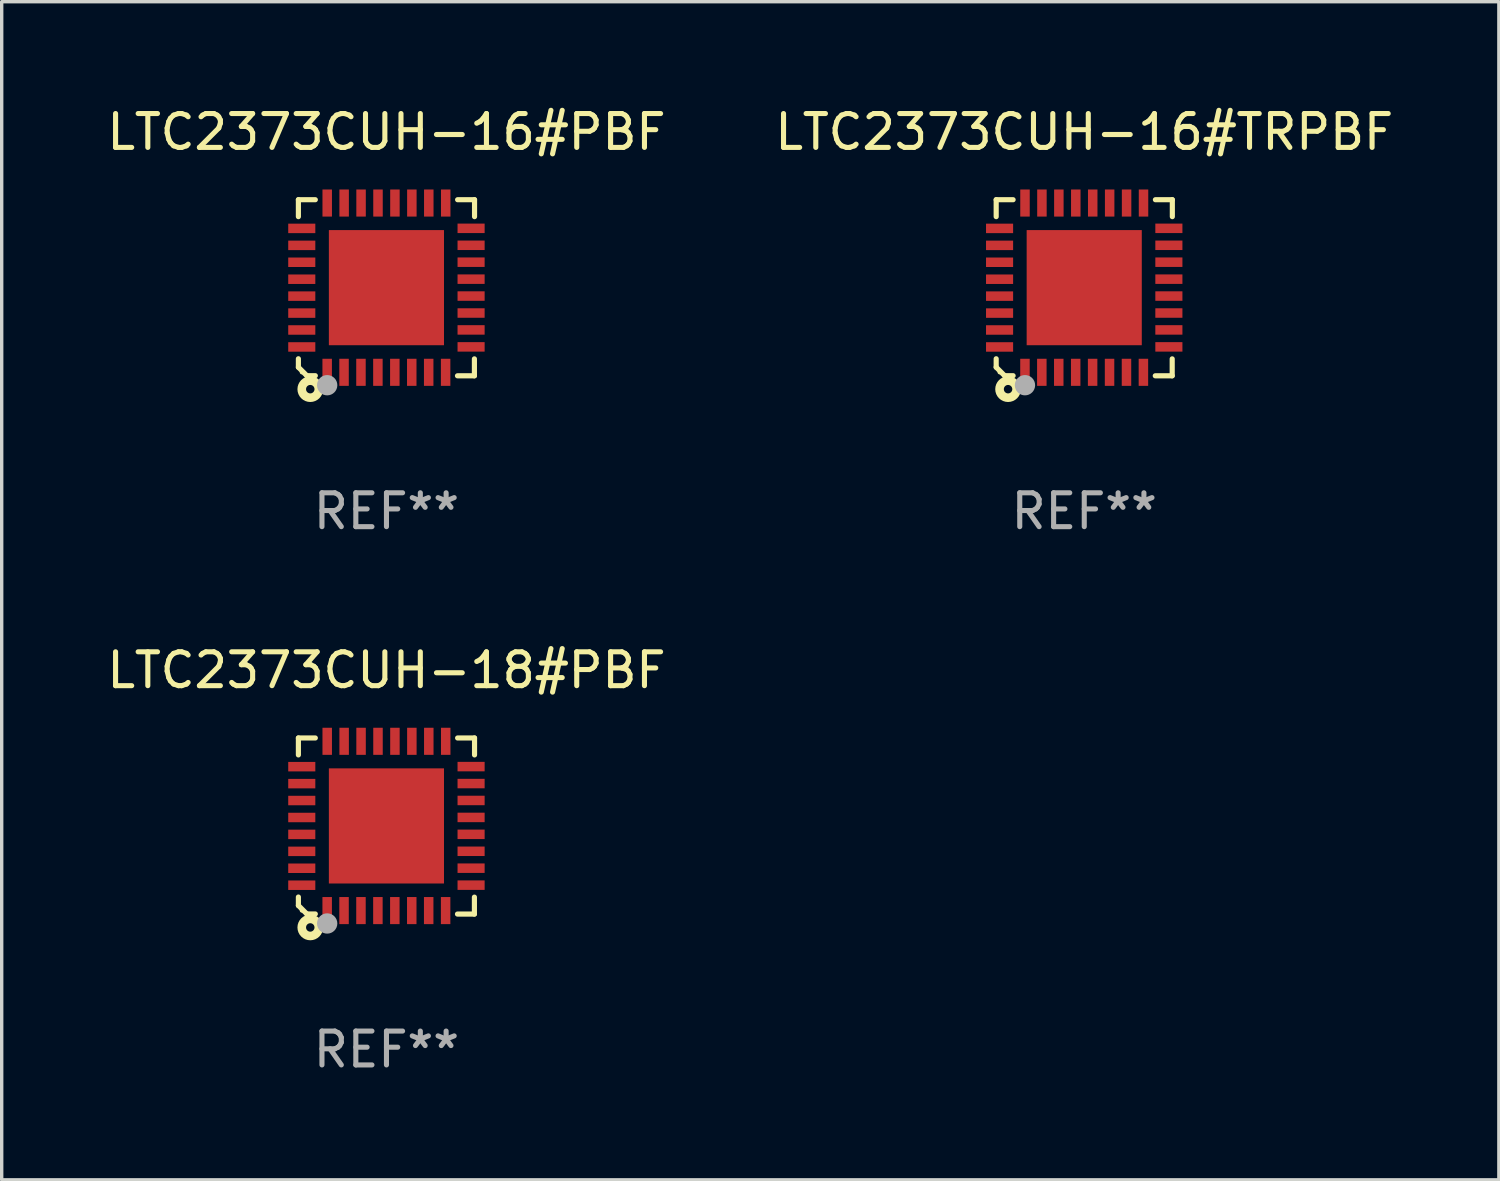
<source format=kicad_pcb>
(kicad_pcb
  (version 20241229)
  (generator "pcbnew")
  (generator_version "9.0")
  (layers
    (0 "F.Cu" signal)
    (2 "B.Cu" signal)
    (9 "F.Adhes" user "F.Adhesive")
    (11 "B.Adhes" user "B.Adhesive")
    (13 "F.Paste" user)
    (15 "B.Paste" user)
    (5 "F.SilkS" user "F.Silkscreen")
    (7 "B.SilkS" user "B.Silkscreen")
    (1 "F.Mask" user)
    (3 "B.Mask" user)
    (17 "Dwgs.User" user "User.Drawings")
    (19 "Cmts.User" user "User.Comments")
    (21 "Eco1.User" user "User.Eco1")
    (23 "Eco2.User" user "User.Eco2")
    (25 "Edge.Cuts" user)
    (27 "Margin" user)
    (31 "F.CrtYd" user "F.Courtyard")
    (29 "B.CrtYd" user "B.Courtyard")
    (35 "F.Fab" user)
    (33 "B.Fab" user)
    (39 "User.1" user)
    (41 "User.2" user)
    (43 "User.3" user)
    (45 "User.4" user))
  (footprint "LTC2373CUH-16#PBF"
    (layer "F.Cu")
    (at 8.363 5.448)
    (property "Reference" "LTC2373CUH-16#PBF" (at 0 -4.6 0) (layer "F.SilkS") (effects (font (size 1 1) (thickness 0.15))))
    (attr through_hole)
    (fp_line (start -2.601 2.097) (end -2.601 2.347) (stroke (width 0.152) (type solid)) (layer "F.SilkS"))
    (fp_line (start -2.601 2.347) (end -2.351 2.597) (stroke (width 0.152) (type solid)) (layer "F.SilkS"))
    (fp_line (start -2.601 -2.6) (end -2.601 -2.1) (stroke (width 0.152) (type solid)) (layer "F.SilkS"))
    (fp_line (start -2.601 -2.6) (end -2.101 -2.6) (stroke (width 0.152) (type solid)) (layer "F.SilkS"))
    (fp_line (start -2.351 2.597) (end -2.101 2.597) (stroke (width 0.152) (type solid)) (layer "F.SilkS"))
    (fp_line (start 2.597 2.6) (end 2.097 2.6) (stroke (width 0.152) (type solid)) (layer "F.SilkS"))
    (fp_line (start 2.597 2.6) (end 2.597 2.1) (stroke (width 0.152) (type solid)) (layer "F.SilkS"))
    (fp_line (start 2.601 -2.6) (end 2.101 -2.6) (stroke (width 0.152) (type solid)) (layer "F.SilkS"))
    (fp_line (start 2.601 -2.6) (end 2.601 -2.1) (stroke (width 0.152) (type solid)) (layer "F.SilkS"))
    (fp_circle (center -2.501 2.497) (end -2.471 2.497) (stroke (width 0.06) (type solid)) (fill no) (layer "F.SilkS"))
    (fp_circle (center -2.25 2.995) (end -2.125 2.995) (stroke (width 0.254) (type solid)) (fill no) (layer "F.SilkS"))
    (fp_circle (center -1.751 2.878) (end -1.601 2.878) (stroke (width 0.3) (type solid)) (fill no) (layer "F.Fab"))
    (fp_text user "REF**" (at 0 6.6 0) (layer "F.Fab") (effects (font (size 1 1) (thickness 0.15))))
    (pad "1" smd rect (at -1.751 2.497) (size 0.28 0.8) (layers "F.Cu" "F.Mask" "F.Paste"))
    (pad "2" smd rect (at -1.253 2.497) (size 0.28 0.8) (layers "F.Cu" "F.Mask" "F.Paste"))
    (pad "3" smd rect (at -0.753 2.497) (size 0.28 0.8) (layers "F.Cu" "F.Mask" "F.Paste"))
    (pad "4" smd rect (at -0.253 2.497) (size 0.28 0.8) (layers "F.Cu" "F.Mask" "F.Paste"))
    (pad "5" smd rect (at 0.247 2.497) (size 0.28 0.8) (layers "F.Cu" "F.Mask" "F.Paste"))
    (pad "6" smd rect (at 0.747 2.497) (size 0.28 0.8) (layers "F.Cu" "F.Mask" "F.Paste"))
    (pad "7" smd rect (at 1.247 2.497) (size 0.28 0.8) (layers "F.Cu" "F.Mask" "F.Paste"))
    (pad "8" smd rect (at 1.747 2.497) (size 0.28 0.8) (layers "F.Cu" "F.Mask" "F.Paste"))
    (pad "9" smd rect (at 2.499 1.746) (size 0.8 0.28) (layers "F.Cu" "F.Mask" "F.Paste"))
    (pad "10" smd rect (at 2.499 1.245) (size 0.8 0.28) (layers "F.Cu" "F.Mask" "F.Paste"))
    (pad "11" smd rect (at 2.499 0.746) (size 0.8 0.28) (layers "F.Cu" "F.Mask" "F.Paste"))
    (pad "12" smd rect (at 2.499 0.245) (size 0.8 0.28) (layers "F.Cu" "F.Mask" "F.Paste"))
    (pad "13" smd rect (at 2.499 -0.254) (size 0.8 0.28) (layers "F.Cu" "F.Mask" "F.Paste"))
    (pad "14" smd rect (at 2.499 -0.755) (size 0.8 0.28) (layers "F.Cu" "F.Mask" "F.Paste"))
    (pad "15" smd rect (at 2.499 -1.254) (size 0.8 0.28) (layers "F.Cu" "F.Mask" "F.Paste"))
    (pad "16" smd rect (at 2.499 -1.755) (size 0.8 0.28) (layers "F.Cu" "F.Mask" "F.Paste"))
    (pad "17" smd rect (at 1.75 -2.502) (size 0.28 0.8) (layers "F.Cu" "F.Mask" "F.Paste"))
    (pad "18" smd rect (at 1.25 -2.502) (size 0.28 0.8) (layers "F.Cu" "F.Mask" "F.Paste"))
    (pad "19" smd rect (at 0.75 -2.502) (size 0.28 0.8) (layers "F.Cu" "F.Mask" "F.Paste"))
    (pad "20" smd rect (at 0.25 -2.502) (size 0.28 0.8) (layers "F.Cu" "F.Mask" "F.Paste"))
    (pad "21" smd rect (at -0.25 -2.502) (size 0.28 0.8) (layers "F.Cu" "F.Mask" "F.Paste"))
    (pad "22" smd rect (at -0.75 -2.502) (size 0.28 0.8) (layers "F.Cu" "F.Mask" "F.Paste"))
    (pad "23" smd rect (at -1.25 -2.502) (size 0.28 0.8) (layers "F.Cu" "F.Mask" "F.Paste"))
    (pad "24" smd rect (at -1.75 -2.502) (size 0.28 0.8) (layers "F.Cu" "F.Mask" "F.Paste"))
    (pad "25" smd rect (at -2.501 -1.753) (size 0.8 0.28) (layers "F.Cu" "F.Mask" "F.Paste"))
    (pad "26" smd rect (at -2.501 -1.252) (size 0.8 0.28) (layers "F.Cu" "F.Mask" "F.Paste"))
    (pad "27" smd rect (at -2.501 -0.753) (size 0.8 0.28) (layers "F.Cu" "F.Mask" "F.Paste"))
    (pad "28" smd rect (at -2.501 -0.252) (size 0.8 0.28) (layers "F.Cu" "F.Mask" "F.Paste"))
    (pad "29" smd rect (at -2.501 0.247) (size 0.8 0.28) (layers "F.Cu" "F.Mask" "F.Paste"))
    (pad "30" smd rect (at -2.501 0.748) (size 0.8 0.28) (layers "F.Cu" "F.Mask" "F.Paste"))
    (pad "31" smd rect (at -2.501 1.247) (size 0.8 0.28) (layers "F.Cu" "F.Mask" "F.Paste"))
    (pad "32" smd rect (at -2.501 1.748) (size 0.8 0.28) (layers "F.Cu" "F.Mask" "F.Paste"))
    (pad "33" smd rect (at -0.001 -0.003 180) (size 3.4 3.4) (layers "F.Cu" "F.Mask" "F.Paste")))
  (footprint "LTC2373CUH-18#PBF"
    (layer "F.Cu")
    (at 8.363 21.344)
    (property "Reference" "LTC2373CUH-18#PBF" (at 0 -4.6 0) (layer "F.SilkS") (effects (font (size 1 1) (thickness 0.15))))
    (attr through_hole)
    (fp_line (start -2.601 2.097) (end -2.601 2.347) (stroke (width 0.152) (type solid)) (layer "F.SilkS"))
    (fp_line (start -2.601 2.347) (end -2.351 2.597) (stroke (width 0.152) (type solid)) (layer "F.SilkS"))
    (fp_line (start -2.601 -2.6) (end -2.601 -2.1) (stroke (width 0.152) (type solid)) (layer "F.SilkS"))
    (fp_line (start -2.601 -2.6) (end -2.101 -2.6) (stroke (width 0.152) (type solid)) (layer "F.SilkS"))
    (fp_line (start -2.351 2.597) (end -2.101 2.597) (stroke (width 0.152) (type solid)) (layer "F.SilkS"))
    (fp_line (start 2.597 2.6) (end 2.097 2.6) (stroke (width 0.152) (type solid)) (layer "F.SilkS"))
    (fp_line (start 2.597 2.6) (end 2.597 2.1) (stroke (width 0.152) (type solid)) (layer "F.SilkS"))
    (fp_line (start 2.601 -2.6) (end 2.101 -2.6) (stroke (width 0.152) (type solid)) (layer "F.SilkS"))
    (fp_line (start 2.601 -2.6) (end 2.601 -2.1) (stroke (width 0.152) (type solid)) (layer "F.SilkS"))
    (fp_circle (center -2.501 2.497) (end -2.471 2.497) (stroke (width 0.06) (type solid)) (fill no) (layer "F.SilkS"))
    (fp_circle (center -2.25 2.995) (end -2.125 2.995) (stroke (width 0.254) (type solid)) (fill no) (layer "F.SilkS"))
    (fp_circle (center -1.751 2.878) (end -1.601 2.878) (stroke (width 0.3) (type solid)) (fill no) (layer "F.Fab"))
    (fp_text user "REF**" (at 0 6.6 0) (layer "F.Fab") (effects (font (size 1 1) (thickness 0.15))))
    (pad "1" smd rect (at -1.751 2.497) (size 0.28 0.8) (layers "F.Cu" "F.Mask" "F.Paste"))
    (pad "2" smd rect (at -1.253 2.497) (size 0.28 0.8) (layers "F.Cu" "F.Mask" "F.Paste"))
    (pad "3" smd rect (at -0.753 2.497) (size 0.28 0.8) (layers "F.Cu" "F.Mask" "F.Paste"))
    (pad "4" smd rect (at -0.253 2.497) (size 0.28 0.8) (layers "F.Cu" "F.Mask" "F.Paste"))
    (pad "5" smd rect (at 0.247 2.497) (size 0.28 0.8) (layers "F.Cu" "F.Mask" "F.Paste"))
    (pad "6" smd rect (at 0.747 2.497) (size 0.28 0.8) (layers "F.Cu" "F.Mask" "F.Paste"))
    (pad "7" smd rect (at 1.247 2.497) (size 0.28 0.8) (layers "F.Cu" "F.Mask" "F.Paste"))
    (pad "8" smd rect (at 1.747 2.497) (size 0.28 0.8) (layers "F.Cu" "F.Mask" "F.Paste"))
    (pad "9" smd rect (at 2.499 1.746) (size 0.8 0.28) (layers "F.Cu" "F.Mask" "F.Paste"))
    (pad "10" smd rect (at 2.499 1.245) (size 0.8 0.28) (layers "F.Cu" "F.Mask" "F.Paste"))
    (pad "11" smd rect (at 2.499 0.746) (size 0.8 0.28) (layers "F.Cu" "F.Mask" "F.Paste"))
    (pad "12" smd rect (at 2.499 0.245) (size 0.8 0.28) (layers "F.Cu" "F.Mask" "F.Paste"))
    (pad "13" smd rect (at 2.499 -0.254) (size 0.8 0.28) (layers "F.Cu" "F.Mask" "F.Paste"))
    (pad "14" smd rect (at 2.499 -0.755) (size 0.8 0.28) (layers "F.Cu" "F.Mask" "F.Paste"))
    (pad "15" smd rect (at 2.499 -1.254) (size 0.8 0.28) (layers "F.Cu" "F.Mask" "F.Paste"))
    (pad "16" smd rect (at 2.499 -1.755) (size 0.8 0.28) (layers "F.Cu" "F.Mask" "F.Paste"))
    (pad "17" smd rect (at 1.75 -2.502) (size 0.28 0.8) (layers "F.Cu" "F.Mask" "F.Paste"))
    (pad "18" smd rect (at 1.25 -2.502) (size 0.28 0.8) (layers "F.Cu" "F.Mask" "F.Paste"))
    (pad "19" smd rect (at 0.75 -2.502) (size 0.28 0.8) (layers "F.Cu" "F.Mask" "F.Paste"))
    (pad "20" smd rect (at 0.25 -2.502) (size 0.28 0.8) (layers "F.Cu" "F.Mask" "F.Paste"))
    (pad "21" smd rect (at -0.25 -2.502) (size 0.28 0.8) (layers "F.Cu" "F.Mask" "F.Paste"))
    (pad "22" smd rect (at -0.75 -2.502) (size 0.28 0.8) (layers "F.Cu" "F.Mask" "F.Paste"))
    (pad "23" smd rect (at -1.25 -2.502) (size 0.28 0.8) (layers "F.Cu" "F.Mask" "F.Paste"))
    (pad "24" smd rect (at -1.75 -2.502) (size 0.28 0.8) (layers "F.Cu" "F.Mask" "F.Paste"))
    (pad "25" smd rect (at -2.501 -1.753) (size 0.8 0.28) (layers "F.Cu" "F.Mask" "F.Paste"))
    (pad "26" smd rect (at -2.501 -1.252) (size 0.8 0.28) (layers "F.Cu" "F.Mask" "F.Paste"))
    (pad "27" smd rect (at -2.501 -0.753) (size 0.8 0.28) (layers "F.Cu" "F.Mask" "F.Paste"))
    (pad "28" smd rect (at -2.501 -0.252) (size 0.8 0.28) (layers "F.Cu" "F.Mask" "F.Paste"))
    (pad "29" smd rect (at -2.501 0.247) (size 0.8 0.28) (layers "F.Cu" "F.Mask" "F.Paste"))
    (pad "30" smd rect (at -2.501 0.748) (size 0.8 0.28) (layers "F.Cu" "F.Mask" "F.Paste"))
    (pad "31" smd rect (at -2.501 1.247) (size 0.8 0.28) (layers "F.Cu" "F.Mask" "F.Paste"))
    (pad "32" smd rect (at -2.501 1.748) (size 0.8 0.28) (layers "F.Cu" "F.Mask" "F.Paste"))
    (pad "33" smd rect (at -0.001 -0.003 180) (size 3.4 3.4) (layers "F.Cu" "F.Mask" "F.Paste")))
  (footprint "LTC2373CUH-16#TRPBF"
    (layer "F.Cu")
    (at 28.97 5.448)
    (property "Reference" "LTC2373CUH-16#TRPBF" (at 0 -4.6 0) (layer "F.SilkS") (effects (font (size 1 1) (thickness 0.15))))
    (attr through_hole)
    (fp_line (start -2.601 2.097) (end -2.601 2.347) (stroke (width 0.152) (type solid)) (layer "F.SilkS"))
    (fp_line (start -2.601 2.347) (end -2.351 2.597) (stroke (width 0.152) (type solid)) (layer "F.SilkS"))
    (fp_line (start -2.601 -2.6) (end -2.601 -2.1) (stroke (width 0.152) (type solid)) (layer "F.SilkS"))
    (fp_line (start -2.601 -2.6) (end -2.101 -2.6) (stroke (width 0.152) (type solid)) (layer "F.SilkS"))
    (fp_line (start -2.351 2.597) (end -2.101 2.597) (stroke (width 0.152) (type solid)) (layer "F.SilkS"))
    (fp_line (start 2.597 2.6) (end 2.097 2.6) (stroke (width 0.152) (type solid)) (layer "F.SilkS"))
    (fp_line (start 2.597 2.6) (end 2.597 2.1) (stroke (width 0.152) (type solid)) (layer "F.SilkS"))
    (fp_line (start 2.601 -2.6) (end 2.101 -2.6) (stroke (width 0.152) (type solid)) (layer "F.SilkS"))
    (fp_line (start 2.601 -2.6) (end 2.601 -2.1) (stroke (width 0.152) (type solid)) (layer "F.SilkS"))
    (fp_circle (center -2.501 2.497) (end -2.471 2.497) (stroke (width 0.06) (type solid)) (fill no) (layer "F.SilkS"))
    (fp_circle (center -2.25 2.995) (end -2.125 2.995) (stroke (width 0.254) (type solid)) (fill no) (layer "F.SilkS"))
    (fp_circle (center -1.751 2.878) (end -1.601 2.878) (stroke (width 0.3) (type solid)) (fill no) (layer "F.Fab"))
    (fp_text user "REF**" (at 0 6.6 0) (layer "F.Fab") (effects (font (size 1 1) (thickness 0.15))))
    (pad "1" smd rect (at -1.751 2.497) (size 0.28 0.8) (layers "F.Cu" "F.Mask" "F.Paste"))
    (pad "2" smd rect (at -1.253 2.497) (size 0.28 0.8) (layers "F.Cu" "F.Mask" "F.Paste"))
    (pad "3" smd rect (at -0.753 2.497) (size 0.28 0.8) (layers "F.Cu" "F.Mask" "F.Paste"))
    (pad "4" smd rect (at -0.253 2.497) (size 0.28 0.8) (layers "F.Cu" "F.Mask" "F.Paste"))
    (pad "5" smd rect (at 0.247 2.497) (size 0.28 0.8) (layers "F.Cu" "F.Mask" "F.Paste"))
    (pad "6" smd rect (at 0.747 2.497) (size 0.28 0.8) (layers "F.Cu" "F.Mask" "F.Paste"))
    (pad "7" smd rect (at 1.247 2.497) (size 0.28 0.8) (layers "F.Cu" "F.Mask" "F.Paste"))
    (pad "8" smd rect (at 1.747 2.497) (size 0.28 0.8) (layers "F.Cu" "F.Mask" "F.Paste"))
    (pad "9" smd rect (at 2.499 1.746) (size 0.8 0.28) (layers "F.Cu" "F.Mask" "F.Paste"))
    (pad "10" smd rect (at 2.499 1.245) (size 0.8 0.28) (layers "F.Cu" "F.Mask" "F.Paste"))
    (pad "11" smd rect (at 2.499 0.746) (size 0.8 0.28) (layers "F.Cu" "F.Mask" "F.Paste"))
    (pad "12" smd rect (at 2.499 0.245) (size 0.8 0.28) (layers "F.Cu" "F.Mask" "F.Paste"))
    (pad "13" smd rect (at 2.499 -0.254) (size 0.8 0.28) (layers "F.Cu" "F.Mask" "F.Paste"))
    (pad "14" smd rect (at 2.499 -0.755) (size 0.8 0.28) (layers "F.Cu" "F.Mask" "F.Paste"))
    (pad "15" smd rect (at 2.499 -1.254) (size 0.8 0.28) (layers "F.Cu" "F.Mask" "F.Paste"))
    (pad "16" smd rect (at 2.499 -1.755) (size 0.8 0.28) (layers "F.Cu" "F.Mask" "F.Paste"))
    (pad "17" smd rect (at 1.75 -2.502) (size 0.28 0.8) (layers "F.Cu" "F.Mask" "F.Paste"))
    (pad "18" smd rect (at 1.25 -2.502) (size 0.28 0.8) (layers "F.Cu" "F.Mask" "F.Paste"))
    (pad "19" smd rect (at 0.75 -2.502) (size 0.28 0.8) (layers "F.Cu" "F.Mask" "F.Paste"))
    (pad "20" smd rect (at 0.25 -2.502) (size 0.28 0.8) (layers "F.Cu" "F.Mask" "F.Paste"))
    (pad "21" smd rect (at -0.25 -2.502) (size 0.28 0.8) (layers "F.Cu" "F.Mask" "F.Paste"))
    (pad "22" smd rect (at -0.75 -2.502) (size 0.28 0.8) (layers "F.Cu" "F.Mask" "F.Paste"))
    (pad "23" smd rect (at -1.25 -2.502) (size 0.28 0.8) (layers "F.Cu" "F.Mask" "F.Paste"))
    (pad "24" smd rect (at -1.75 -2.502) (size 0.28 0.8) (layers "F.Cu" "F.Mask" "F.Paste"))
    (pad "25" smd rect (at -2.501 -1.753) (size 0.8 0.28) (layers "F.Cu" "F.Mask" "F.Paste"))
    (pad "26" smd rect (at -2.501 -1.252) (size 0.8 0.28) (layers "F.Cu" "F.Mask" "F.Paste"))
    (pad "27" smd rect (at -2.501 -0.753) (size 0.8 0.28) (layers "F.Cu" "F.Mask" "F.Paste"))
    (pad "28" smd rect (at -2.501 -0.252) (size 0.8 0.28) (layers "F.Cu" "F.Mask" "F.Paste"))
    (pad "29" smd rect (at -2.501 0.247) (size 0.8 0.28) (layers "F.Cu" "F.Mask" "F.Paste"))
    (pad "30" smd rect (at -2.501 0.748) (size 0.8 0.28) (layers "F.Cu" "F.Mask" "F.Paste"))
    (pad "31" smd rect (at -2.501 1.247) (size 0.8 0.28) (layers "F.Cu" "F.Mask" "F.Paste"))
    (pad "32" smd rect (at -2.501 1.748) (size 0.8 0.28) (layers "F.Cu" "F.Mask" "F.Paste"))
    (pad "33" smd rect (at -0.001 -0.003 180) (size 3.4 3.4) (layers "F.Cu" "F.Mask" "F.Paste")))
  (gr_rect
    (start -3 -3)
    (end 41.214 31.793)
    (stroke (width 0.1) (type default))
    (fill no)
    (layer "Edge.Cuts")))
</source>
